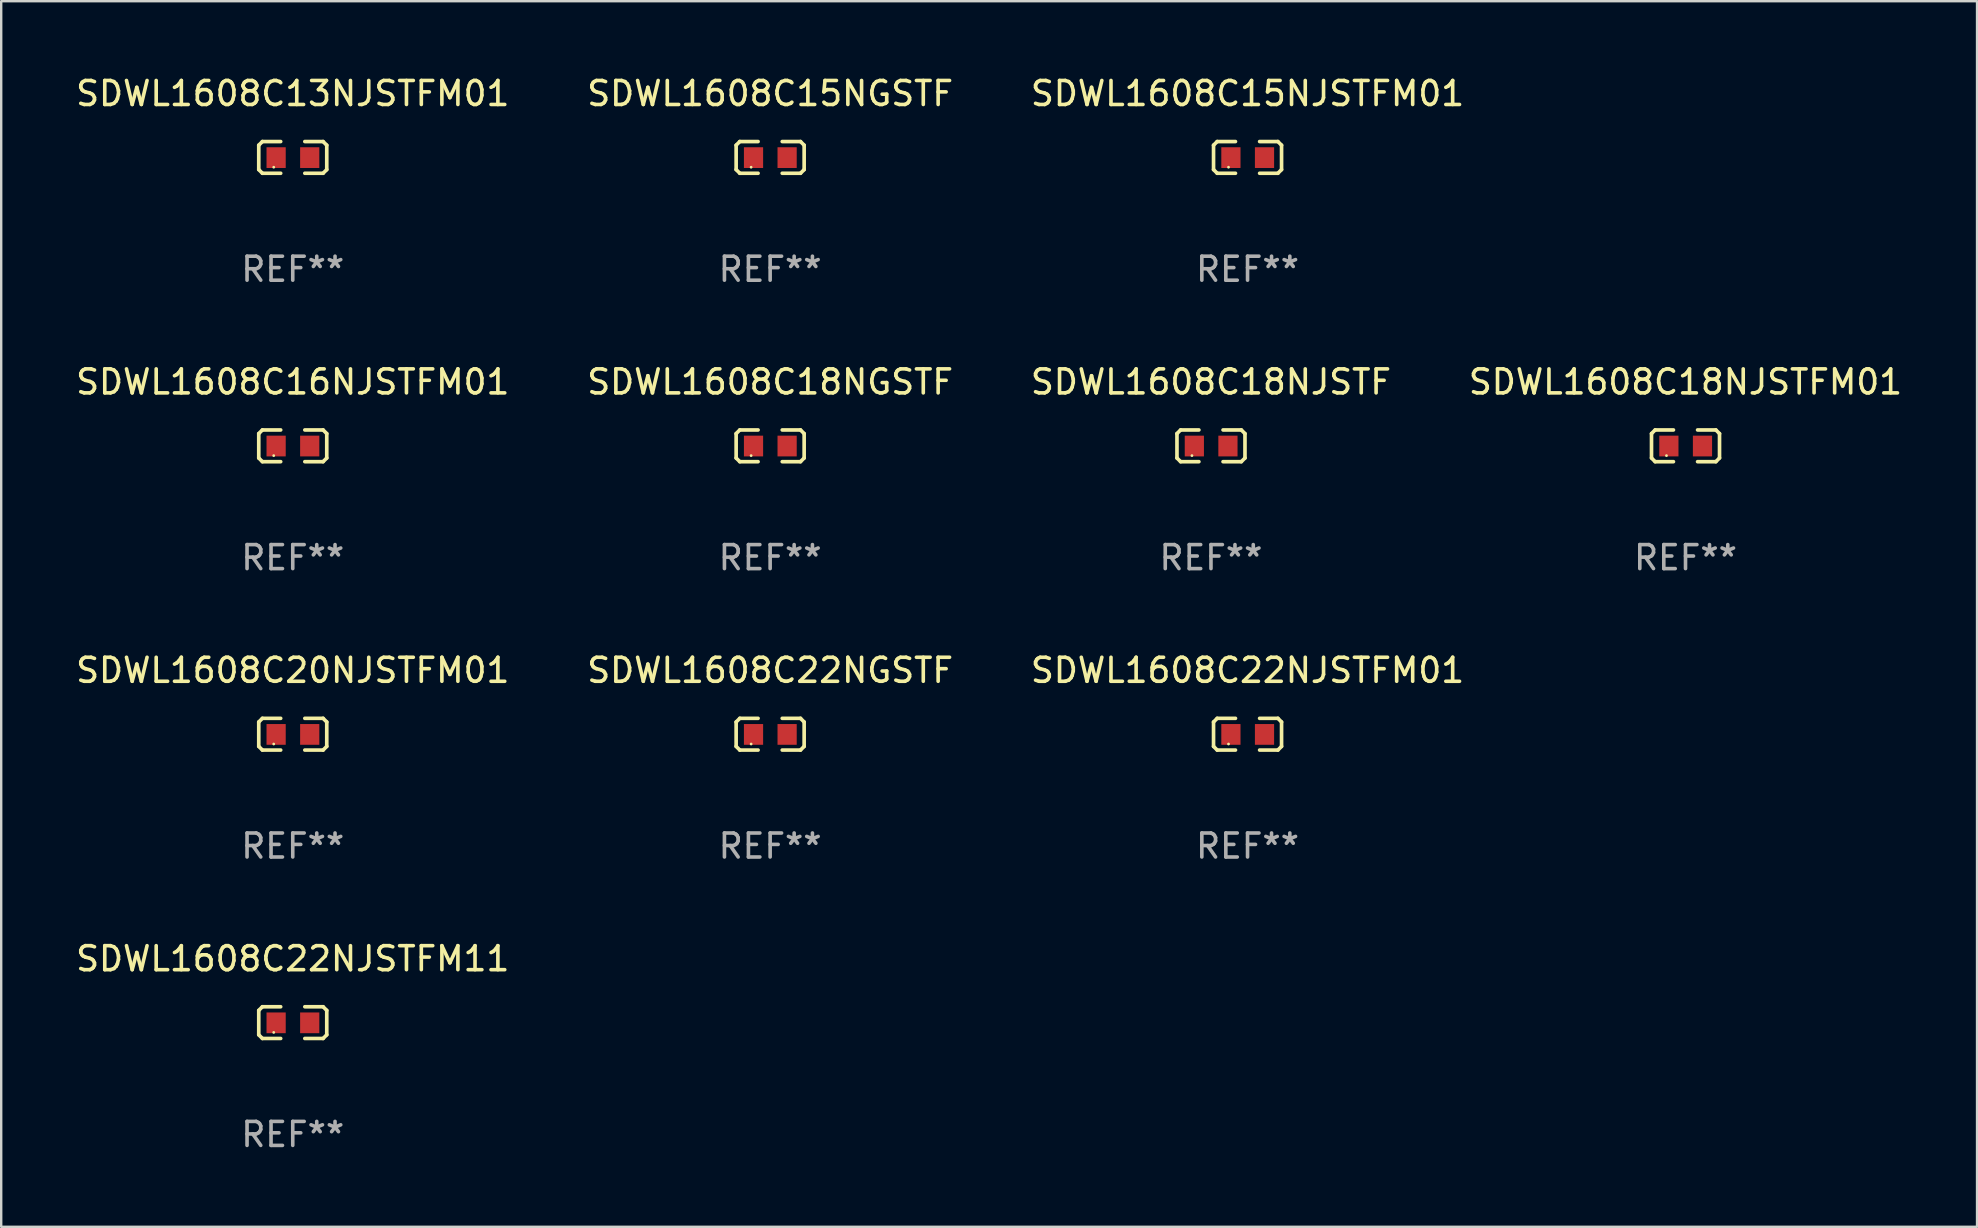
<source format=kicad_pcb>
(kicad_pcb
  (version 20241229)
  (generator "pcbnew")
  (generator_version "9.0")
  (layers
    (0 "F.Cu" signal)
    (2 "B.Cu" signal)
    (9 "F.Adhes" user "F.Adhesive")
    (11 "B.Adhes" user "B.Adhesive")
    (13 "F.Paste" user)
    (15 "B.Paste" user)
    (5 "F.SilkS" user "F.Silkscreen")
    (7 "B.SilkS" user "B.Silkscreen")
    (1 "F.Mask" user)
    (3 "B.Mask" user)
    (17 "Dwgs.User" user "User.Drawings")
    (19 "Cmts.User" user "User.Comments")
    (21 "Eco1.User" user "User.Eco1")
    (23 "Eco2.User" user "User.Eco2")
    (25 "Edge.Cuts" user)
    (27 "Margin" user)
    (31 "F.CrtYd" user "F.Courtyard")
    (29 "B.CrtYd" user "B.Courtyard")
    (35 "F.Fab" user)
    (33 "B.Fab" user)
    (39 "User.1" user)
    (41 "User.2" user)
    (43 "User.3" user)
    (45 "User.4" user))
  (footprint "SDWL1608C20NJSTFM01"
    (layer "F.Cu")
    (at 9.149 27.544)
    (property "Reference" "SDWL1608C20NJSTFM01" (at 0 -2.661 0) (layer "F.SilkS") (effects (font (size 1 1) (thickness 0.15))))
    (attr through_hole)
    (fp_line (start -1.417 -0.508) (end -1.265 -0.661) (stroke (width 0.152) (type solid)) (layer "F.SilkS"))
    (fp_line (start -1.417 0.508) (end -1.417 -0.508) (stroke (width 0.152) (type solid)) (layer "F.SilkS"))
    (fp_line (start -1.265 -0.661) (end -0.503 -0.661) (stroke (width 0.152) (type solid)) (layer "F.SilkS"))
    (fp_line (start -1.265 0.661) (end -1.417 0.508) (stroke (width 0.152) (type solid)) (layer "F.SilkS"))
    (fp_line (start -1.265 0.661) (end -0.503 0.661) (stroke (width 0.152) (type solid)) (layer "F.SilkS"))
    (fp_line (start 1.265 -0.661) (end 0.503 -0.661) (stroke (width 0.152) (type solid)) (layer "F.SilkS"))
    (fp_line (start 1.265 -0.661) (end 1.417 -0.508) (stroke (width 0.152) (type solid)) (layer "F.SilkS"))
    (fp_line (start 1.265 0.661) (end 0.503 0.661) (stroke (width 0.152) (type solid)) (layer "F.SilkS"))
    (fp_line (start 1.417 -0.508) (end 1.417 0.508) (stroke (width 0.152) (type solid)) (layer "F.SilkS"))
    (fp_line (start 1.417 0.508) (end 1.265 0.661) (stroke (width 0.152) (type solid)) (layer "F.SilkS"))
    (fp_circle (center -0.793 0.409) (end -0.763 0.409) (stroke (width 0.06) (type solid)) (fill no) (layer "F.SilkS"))
    (fp_text user "REF**" (at 0 4.661 0) (layer "F.Fab") (effects (font (size 1 1) (thickness 0.15))))
    (pad "1" smd rect (at -0.693 0.009 180) (size 0.8 0.864) (layers "F.Cu" "F.Mask" "F.Paste"))
    (pad "2" smd rect (at 0.707 0.009 180) (size 0.8 0.864) (layers "F.Cu" "F.Mask" "F.Paste")))
  (footprint "SDWL1608C15NJSTFM01"
    (layer "F.Cu")
    (at 48.935 3.509)
    (property "Reference" "SDWL1608C15NJSTFM01" (at 0 -2.661 0) (layer "F.SilkS") (effects (font (size 1 1) (thickness 0.15))))
    (attr through_hole)
    (fp_line (start -1.417 -0.508) (end -1.265 -0.661) (stroke (width 0.152) (type solid)) (layer "F.SilkS"))
    (fp_line (start -1.417 0.508) (end -1.417 -0.508) (stroke (width 0.152) (type solid)) (layer "F.SilkS"))
    (fp_line (start -1.265 -0.661) (end -0.503 -0.661) (stroke (width 0.152) (type solid)) (layer "F.SilkS"))
    (fp_line (start -1.265 0.661) (end -1.417 0.508) (stroke (width 0.152) (type solid)) (layer "F.SilkS"))
    (fp_line (start -1.265 0.661) (end -0.503 0.661) (stroke (width 0.152) (type solid)) (layer "F.SilkS"))
    (fp_line (start 1.265 -0.661) (end 0.503 -0.661) (stroke (width 0.152) (type solid)) (layer "F.SilkS"))
    (fp_line (start 1.265 -0.661) (end 1.417 -0.508) (stroke (width 0.152) (type solid)) (layer "F.SilkS"))
    (fp_line (start 1.265 0.661) (end 0.503 0.661) (stroke (width 0.152) (type solid)) (layer "F.SilkS"))
    (fp_line (start 1.417 -0.508) (end 1.417 0.508) (stroke (width 0.152) (type solid)) (layer "F.SilkS"))
    (fp_line (start 1.417 0.508) (end 1.265 0.661) (stroke (width 0.152) (type solid)) (layer "F.SilkS"))
    (fp_circle (center -0.793 0.409) (end -0.763 0.409) (stroke (width 0.06) (type solid)) (fill no) (layer "F.SilkS"))
    (fp_text user "REF**" (at 0 4.661 0) (layer "F.Fab") (effects (font (size 1 1) (thickness 0.15))))
    (pad "1" smd rect (at -0.693 0.009 180) (size 0.8 0.864) (layers "F.Cu" "F.Mask" "F.Paste"))
    (pad "2" smd rect (at 0.707 0.009 180) (size 0.8 0.864) (layers "F.Cu" "F.Mask" "F.Paste")))
  (footprint "SDWL1608C22NJSTFM01"
    (layer "F.Cu")
    (at 48.935 27.544)
    (property "Reference" "SDWL1608C22NJSTFM01" (at 0 -2.661 0) (layer "F.SilkS") (effects (font (size 1 1) (thickness 0.15))))
    (attr through_hole)
    (fp_line (start -1.417 -0.508) (end -1.265 -0.661) (stroke (width 0.152) (type solid)) (layer "F.SilkS"))
    (fp_line (start -1.417 0.508) (end -1.417 -0.508) (stroke (width 0.152) (type solid)) (layer "F.SilkS"))
    (fp_line (start -1.265 -0.661) (end -0.503 -0.661) (stroke (width 0.152) (type solid)) (layer "F.SilkS"))
    (fp_line (start -1.265 0.661) (end -1.417 0.508) (stroke (width 0.152) (type solid)) (layer "F.SilkS"))
    (fp_line (start -1.265 0.661) (end -0.503 0.661) (stroke (width 0.152) (type solid)) (layer "F.SilkS"))
    (fp_line (start 1.265 -0.661) (end 0.503 -0.661) (stroke (width 0.152) (type solid)) (layer "F.SilkS"))
    (fp_line (start 1.265 -0.661) (end 1.417 -0.508) (stroke (width 0.152) (type solid)) (layer "F.SilkS"))
    (fp_line (start 1.265 0.661) (end 0.503 0.661) (stroke (width 0.152) (type solid)) (layer "F.SilkS"))
    (fp_line (start 1.417 -0.508) (end 1.417 0.508) (stroke (width 0.152) (type solid)) (layer "F.SilkS"))
    (fp_line (start 1.417 0.508) (end 1.265 0.661) (stroke (width 0.152) (type solid)) (layer "F.SilkS"))
    (fp_circle (center -0.793 0.409) (end -0.763 0.409) (stroke (width 0.06) (type solid)) (fill no) (layer "F.SilkS"))
    (fp_text user "REF**" (at 0 4.661 0) (layer "F.Fab") (effects (font (size 1 1) (thickness 0.15))))
    (pad "1" smd rect (at -0.693 0.009 180) (size 0.8 0.864) (layers "F.Cu" "F.Mask" "F.Paste"))
    (pad "2" smd rect (at 0.707 0.009 180) (size 0.8 0.864) (layers "F.Cu" "F.Mask" "F.Paste")))
  (footprint "SDWL1608C22NGSTF"
    (layer "F.Cu")
    (at 29.042 27.544)
    (property "Reference" "SDWL1608C22NGSTF" (at 0 -2.661 0) (layer "F.SilkS") (effects (font (size 1 1) (thickness 0.15))))
    (attr through_hole)
    (fp_line (start -1.417 -0.508) (end -1.265 -0.661) (stroke (width 0.152) (type solid)) (layer "F.SilkS"))
    (fp_line (start -1.417 0.508) (end -1.417 -0.508) (stroke (width 0.152) (type solid)) (layer "F.SilkS"))
    (fp_line (start -1.265 -0.661) (end -0.503 -0.661) (stroke (width 0.152) (type solid)) (layer "F.SilkS"))
    (fp_line (start -1.265 0.661) (end -1.417 0.508) (stroke (width 0.152) (type solid)) (layer "F.SilkS"))
    (fp_line (start -1.265 0.661) (end -0.503 0.661) (stroke (width 0.152) (type solid)) (layer "F.SilkS"))
    (fp_line (start 1.265 -0.661) (end 0.503 -0.661) (stroke (width 0.152) (type solid)) (layer "F.SilkS"))
    (fp_line (start 1.265 -0.661) (end 1.417 -0.508) (stroke (width 0.152) (type solid)) (layer "F.SilkS"))
    (fp_line (start 1.265 0.661) (end 0.503 0.661) (stroke (width 0.152) (type solid)) (layer "F.SilkS"))
    (fp_line (start 1.417 -0.508) (end 1.417 0.508) (stroke (width 0.152) (type solid)) (layer "F.SilkS"))
    (fp_line (start 1.417 0.508) (end 1.265 0.661) (stroke (width 0.152) (type solid)) (layer "F.SilkS"))
    (fp_circle (center -0.793 0.409) (end -0.763 0.409) (stroke (width 0.06) (type solid)) (fill no) (layer "F.SilkS"))
    (fp_text user "REF**" (at 0 4.661 0) (layer "F.Fab") (effects (font (size 1 1) (thickness 0.15))))
    (pad "1" smd rect (at -0.693 0.009 180) (size 0.8 0.864) (layers "F.Cu" "F.Mask" "F.Paste"))
    (pad "2" smd rect (at 0.707 0.009 180) (size 0.8 0.864) (layers "F.Cu" "F.Mask" "F.Paste")))
  (footprint "SDWL1608C18NGSTF"
    (layer "F.Cu")
    (at 29.042 15.527)
    (property "Reference" "SDWL1608C18NGSTF" (at 0 -2.661 0) (layer "F.SilkS") (effects (font (size 1 1) (thickness 0.15))))
    (attr through_hole)
    (fp_line (start -1.417 -0.508) (end -1.265 -0.661) (stroke (width 0.152) (type solid)) (layer "F.SilkS"))
    (fp_line (start -1.417 0.508) (end -1.417 -0.508) (stroke (width 0.152) (type solid)) (layer "F.SilkS"))
    (fp_line (start -1.265 -0.661) (end -0.503 -0.661) (stroke (width 0.152) (type solid)) (layer "F.SilkS"))
    (fp_line (start -1.265 0.661) (end -1.417 0.508) (stroke (width 0.152) (type solid)) (layer "F.SilkS"))
    (fp_line (start -1.265 0.661) (end -0.503 0.661) (stroke (width 0.152) (type solid)) (layer "F.SilkS"))
    (fp_line (start 1.265 -0.661) (end 0.503 -0.661) (stroke (width 0.152) (type solid)) (layer "F.SilkS"))
    (fp_line (start 1.265 -0.661) (end 1.417 -0.508) (stroke (width 0.152) (type solid)) (layer "F.SilkS"))
    (fp_line (start 1.265 0.661) (end 0.503 0.661) (stroke (width 0.152) (type solid)) (layer "F.SilkS"))
    (fp_line (start 1.417 -0.508) (end 1.417 0.508) (stroke (width 0.152) (type solid)) (layer "F.SilkS"))
    (fp_line (start 1.417 0.508) (end 1.265 0.661) (stroke (width 0.152) (type solid)) (layer "F.SilkS"))
    (fp_circle (center -0.793 0.409) (end -0.763 0.409) (stroke (width 0.06) (type solid)) (fill no) (layer "F.SilkS"))
    (fp_text user "REF**" (at 0 4.661 0) (layer "F.Fab") (effects (font (size 1 1) (thickness 0.15))))
    (pad "1" smd rect (at -0.693 0.009 180) (size 0.8 0.864) (layers "F.Cu" "F.Mask" "F.Paste"))
    (pad "2" smd rect (at 0.707 0.009 180) (size 0.8 0.864) (layers "F.Cu" "F.Mask" "F.Paste")))
  (footprint "SDWL1608C13NJSTFM01"
    (layer "F.Cu")
    (at 9.149 3.509)
    (property "Reference" "SDWL1608C13NJSTFM01" (at 0 -2.661 0) (layer "F.SilkS") (effects (font (size 1 1) (thickness 0.15))))
    (attr through_hole)
    (fp_line (start -1.417 -0.508) (end -1.265 -0.661) (stroke (width 0.152) (type solid)) (layer "F.SilkS"))
    (fp_line (start -1.417 0.508) (end -1.417 -0.508) (stroke (width 0.152) (type solid)) (layer "F.SilkS"))
    (fp_line (start -1.265 -0.661) (end -0.503 -0.661) (stroke (width 0.152) (type solid)) (layer "F.SilkS"))
    (fp_line (start -1.265 0.661) (end -1.417 0.508) (stroke (width 0.152) (type solid)) (layer "F.SilkS"))
    (fp_line (start -1.265 0.661) (end -0.503 0.661) (stroke (width 0.152) (type solid)) (layer "F.SilkS"))
    (fp_line (start 1.265 -0.661) (end 0.503 -0.661) (stroke (width 0.152) (type solid)) (layer "F.SilkS"))
    (fp_line (start 1.265 -0.661) (end 1.417 -0.508) (stroke (width 0.152) (type solid)) (layer "F.SilkS"))
    (fp_line (start 1.265 0.661) (end 0.503 0.661) (stroke (width 0.152) (type solid)) (layer "F.SilkS"))
    (fp_line (start 1.417 -0.508) (end 1.417 0.508) (stroke (width 0.152) (type solid)) (layer "F.SilkS"))
    (fp_line (start 1.417 0.508) (end 1.265 0.661) (stroke (width 0.152) (type solid)) (layer "F.SilkS"))
    (fp_circle (center -0.793 0.409) (end -0.763 0.409) (stroke (width 0.06) (type solid)) (fill no) (layer "F.SilkS"))
    (fp_text user "REF**" (at 0 4.661 0) (layer "F.Fab") (effects (font (size 1 1) (thickness 0.15))))
    (pad "1" smd rect (at -0.693 0.009 180) (size 0.8 0.864) (layers "F.Cu" "F.Mask" "F.Paste"))
    (pad "2" smd rect (at 0.707 0.009 180) (size 0.8 0.864) (layers "F.Cu" "F.Mask" "F.Paste")))
  (footprint "SDWL1608C18NJSTF"
    (layer "F.Cu")
    (at 47.411 15.527)
    (property "Reference" "SDWL1608C18NJSTF" (at 0 -2.661 0) (layer "F.SilkS") (effects (font (size 1 1) (thickness 0.15))))
    (attr through_hole)
    (fp_line (start -1.417 -0.508) (end -1.265 -0.661) (stroke (width 0.152) (type solid)) (layer "F.SilkS"))
    (fp_line (start -1.417 0.508) (end -1.417 -0.508) (stroke (width 0.152) (type solid)) (layer "F.SilkS"))
    (fp_line (start -1.265 -0.661) (end -0.503 -0.661) (stroke (width 0.152) (type solid)) (layer "F.SilkS"))
    (fp_line (start -1.265 0.661) (end -1.417 0.508) (stroke (width 0.152) (type solid)) (layer "F.SilkS"))
    (fp_line (start -1.265 0.661) (end -0.503 0.661) (stroke (width 0.152) (type solid)) (layer "F.SilkS"))
    (fp_line (start 1.265 -0.661) (end 0.503 -0.661) (stroke (width 0.152) (type solid)) (layer "F.SilkS"))
    (fp_line (start 1.265 -0.661) (end 1.417 -0.508) (stroke (width 0.152) (type solid)) (layer "F.SilkS"))
    (fp_line (start 1.265 0.661) (end 0.503 0.661) (stroke (width 0.152) (type solid)) (layer "F.SilkS"))
    (fp_line (start 1.417 -0.508) (end 1.417 0.508) (stroke (width 0.152) (type solid)) (layer "F.SilkS"))
    (fp_line (start 1.417 0.508) (end 1.265 0.661) (stroke (width 0.152) (type solid)) (layer "F.SilkS"))
    (fp_circle (center -0.793 0.409) (end -0.763 0.409) (stroke (width 0.06) (type solid)) (fill no) (layer "F.SilkS"))
    (fp_text user "REF**" (at 0 4.661 0) (layer "F.Fab") (effects (font (size 1 1) (thickness 0.15))))
    (pad "1" smd rect (at -0.693 0.009 180) (size 0.8 0.864) (layers "F.Cu" "F.Mask" "F.Paste"))
    (pad "2" smd rect (at 0.707 0.009 180) (size 0.8 0.864) (layers "F.Cu" "F.Mask" "F.Paste")))
  (footprint "SDWL1608C16NJSTFM01"
    (layer "F.Cu")
    (at 9.149 15.527)
    (property "Reference" "SDWL1608C16NJSTFM01" (at 0 -2.661 0) (layer "F.SilkS") (effects (font (size 1 1) (thickness 0.15))))
    (attr through_hole)
    (fp_line (start -1.417 -0.508) (end -1.265 -0.661) (stroke (width 0.152) (type solid)) (layer "F.SilkS"))
    (fp_line (start -1.417 0.508) (end -1.417 -0.508) (stroke (width 0.152) (type solid)) (layer "F.SilkS"))
    (fp_line (start -1.265 -0.661) (end -0.503 -0.661) (stroke (width 0.152) (type solid)) (layer "F.SilkS"))
    (fp_line (start -1.265 0.661) (end -1.417 0.508) (stroke (width 0.152) (type solid)) (layer "F.SilkS"))
    (fp_line (start -1.265 0.661) (end -0.503 0.661) (stroke (width 0.152) (type solid)) (layer "F.SilkS"))
    (fp_line (start 1.265 -0.661) (end 0.503 -0.661) (stroke (width 0.152) (type solid)) (layer "F.SilkS"))
    (fp_line (start 1.265 -0.661) (end 1.417 -0.508) (stroke (width 0.152) (type solid)) (layer "F.SilkS"))
    (fp_line (start 1.265 0.661) (end 0.503 0.661) (stroke (width 0.152) (type solid)) (layer "F.SilkS"))
    (fp_line (start 1.417 -0.508) (end 1.417 0.508) (stroke (width 0.152) (type solid)) (layer "F.SilkS"))
    (fp_line (start 1.417 0.508) (end 1.265 0.661) (stroke (width 0.152) (type solid)) (layer "F.SilkS"))
    (fp_circle (center -0.793 0.409) (end -0.763 0.409) (stroke (width 0.06) (type solid)) (fill no) (layer "F.SilkS"))
    (fp_text user "REF**" (at 0 4.661 0) (layer "F.Fab") (effects (font (size 1 1) (thickness 0.15))))
    (pad "1" smd rect (at -0.693 0.009 180) (size 0.8 0.864) (layers "F.Cu" "F.Mask" "F.Paste"))
    (pad "2" smd rect (at 0.707 0.009 180) (size 0.8 0.864) (layers "F.Cu" "F.Mask" "F.Paste")))
  (footprint "SDWL1608C15NGSTF"
    (layer "F.Cu")
    (at 29.042 3.509)
    (property "Reference" "SDWL1608C15NGSTF" (at 0 -2.661 0) (layer "F.SilkS") (effects (font (size 1 1) (thickness 0.15))))
    (attr through_hole)
    (fp_line (start -1.417 -0.508) (end -1.265 -0.661) (stroke (width 0.152) (type solid)) (layer "F.SilkS"))
    (fp_line (start -1.417 0.508) (end -1.417 -0.508) (stroke (width 0.152) (type solid)) (layer "F.SilkS"))
    (fp_line (start -1.265 -0.661) (end -0.503 -0.661) (stroke (width 0.152) (type solid)) (layer "F.SilkS"))
    (fp_line (start -1.265 0.661) (end -1.417 0.508) (stroke (width 0.152) (type solid)) (layer "F.SilkS"))
    (fp_line (start -1.265 0.661) (end -0.503 0.661) (stroke (width 0.152) (type solid)) (layer "F.SilkS"))
    (fp_line (start 1.265 -0.661) (end 0.503 -0.661) (stroke (width 0.152) (type solid)) (layer "F.SilkS"))
    (fp_line (start 1.265 -0.661) (end 1.417 -0.508) (stroke (width 0.152) (type solid)) (layer "F.SilkS"))
    (fp_line (start 1.265 0.661) (end 0.503 0.661) (stroke (width 0.152) (type solid)) (layer "F.SilkS"))
    (fp_line (start 1.417 -0.508) (end 1.417 0.508) (stroke (width 0.152) (type solid)) (layer "F.SilkS"))
    (fp_line (start 1.417 0.508) (end 1.265 0.661) (stroke (width 0.152) (type solid)) (layer "F.SilkS"))
    (fp_circle (center -0.793 0.409) (end -0.763 0.409) (stroke (width 0.06) (type solid)) (fill no) (layer "F.SilkS"))
    (fp_text user "REF**" (at 0 4.661 0) (layer "F.Fab") (effects (font (size 1 1) (thickness 0.15))))
    (pad "1" smd rect (at -0.693 0.009 180) (size 0.8 0.864) (layers "F.Cu" "F.Mask" "F.Paste"))
    (pad "2" smd rect (at 0.707 0.009 180) (size 0.8 0.864) (layers "F.Cu" "F.Mask" "F.Paste")))
  (footprint "SDWL1608C18NJSTFM01"
    (layer "F.Cu")
    (at 67.185 15.527)
    (property "Reference" "SDWL1608C18NJSTFM01" (at 0 -2.661 0) (layer "F.SilkS") (effects (font (size 1 1) (thickness 0.15))))
    (attr through_hole)
    (fp_line (start -1.417 -0.508) (end -1.265 -0.661) (stroke (width 0.152) (type solid)) (layer "F.SilkS"))
    (fp_line (start -1.417 0.508) (end -1.417 -0.508) (stroke (width 0.152) (type solid)) (layer "F.SilkS"))
    (fp_line (start -1.265 -0.661) (end -0.503 -0.661) (stroke (width 0.152) (type solid)) (layer "F.SilkS"))
    (fp_line (start -1.265 0.661) (end -1.417 0.508) (stroke (width 0.152) (type solid)) (layer "F.SilkS"))
    (fp_line (start -1.265 0.661) (end -0.503 0.661) (stroke (width 0.152) (type solid)) (layer "F.SilkS"))
    (fp_line (start 1.265 -0.661) (end 0.503 -0.661) (stroke (width 0.152) (type solid)) (layer "F.SilkS"))
    (fp_line (start 1.265 -0.661) (end 1.417 -0.508) (stroke (width 0.152) (type solid)) (layer "F.SilkS"))
    (fp_line (start 1.265 0.661) (end 0.503 0.661) (stroke (width 0.152) (type solid)) (layer "F.SilkS"))
    (fp_line (start 1.417 -0.508) (end 1.417 0.508) (stroke (width 0.152) (type solid)) (layer "F.SilkS"))
    (fp_line (start 1.417 0.508) (end 1.265 0.661) (stroke (width 0.152) (type solid)) (layer "F.SilkS"))
    (fp_circle (center -0.793 0.409) (end -0.763 0.409) (stroke (width 0.06) (type solid)) (fill no) (layer "F.SilkS"))
    (fp_text user "REF**" (at 0 4.661 0) (layer "F.Fab") (effects (font (size 1 1) (thickness 0.15))))
    (pad "1" smd rect (at -0.693 0.009 180) (size 0.8 0.864) (layers "F.Cu" "F.Mask" "F.Paste"))
    (pad "2" smd rect (at 0.707 0.009 180) (size 0.8 0.864) (layers "F.Cu" "F.Mask" "F.Paste")))
  (footprint "SDWL1608C22NJSTFM11"
    (layer "F.Cu")
    (at 9.149 39.562)
    (property "Reference" "SDWL1608C22NJSTFM11" (at 0 -2.661 0) (layer "F.SilkS") (effects (font (size 1 1) (thickness 0.15))))
    (attr through_hole)
    (fp_line (start -1.417 -0.508) (end -1.265 -0.661) (stroke (width 0.152) (type solid)) (layer "F.SilkS"))
    (fp_line (start -1.417 0.508) (end -1.417 -0.508) (stroke (width 0.152) (type solid)) (layer "F.SilkS"))
    (fp_line (start -1.265 -0.661) (end -0.503 -0.661) (stroke (width 0.152) (type solid)) (layer "F.SilkS"))
    (fp_line (start -1.265 0.661) (end -1.417 0.508) (stroke (width 0.152) (type solid)) (layer "F.SilkS"))
    (fp_line (start -1.265 0.661) (end -0.503 0.661) (stroke (width 0.152) (type solid)) (layer "F.SilkS"))
    (fp_line (start 1.265 -0.661) (end 0.503 -0.661) (stroke (width 0.152) (type solid)) (layer "F.SilkS"))
    (fp_line (start 1.265 -0.661) (end 1.417 -0.508) (stroke (width 0.152) (type solid)) (layer "F.SilkS"))
    (fp_line (start 1.265 0.661) (end 0.503 0.661) (stroke (width 0.152) (type solid)) (layer "F.SilkS"))
    (fp_line (start 1.417 -0.508) (end 1.417 0.508) (stroke (width 0.152) (type solid)) (layer "F.SilkS"))
    (fp_line (start 1.417 0.508) (end 1.265 0.661) (stroke (width 0.152) (type solid)) (layer "F.SilkS"))
    (fp_circle (center -0.793 0.409) (end -0.763 0.409) (stroke (width 0.06) (type solid)) (fill no) (layer "F.SilkS"))
    (fp_text user "REF**" (at 0 4.661 0) (layer "F.Fab") (effects (font (size 1 1) (thickness 0.15))))
    (pad "1" smd rect (at -0.693 0.009 180) (size 0.8 0.864) (layers "F.Cu" "F.Mask" "F.Paste"))
    (pad "2" smd rect (at 0.707 0.009 180) (size 0.8 0.864) (layers "F.Cu" "F.Mask" "F.Paste")))
  (gr_rect
    (start -3 -3)
    (end 79.333 48.071)
    (stroke (width 0.1) (type default))
    (fill no)
    (layer "Edge.Cuts")))
</source>
